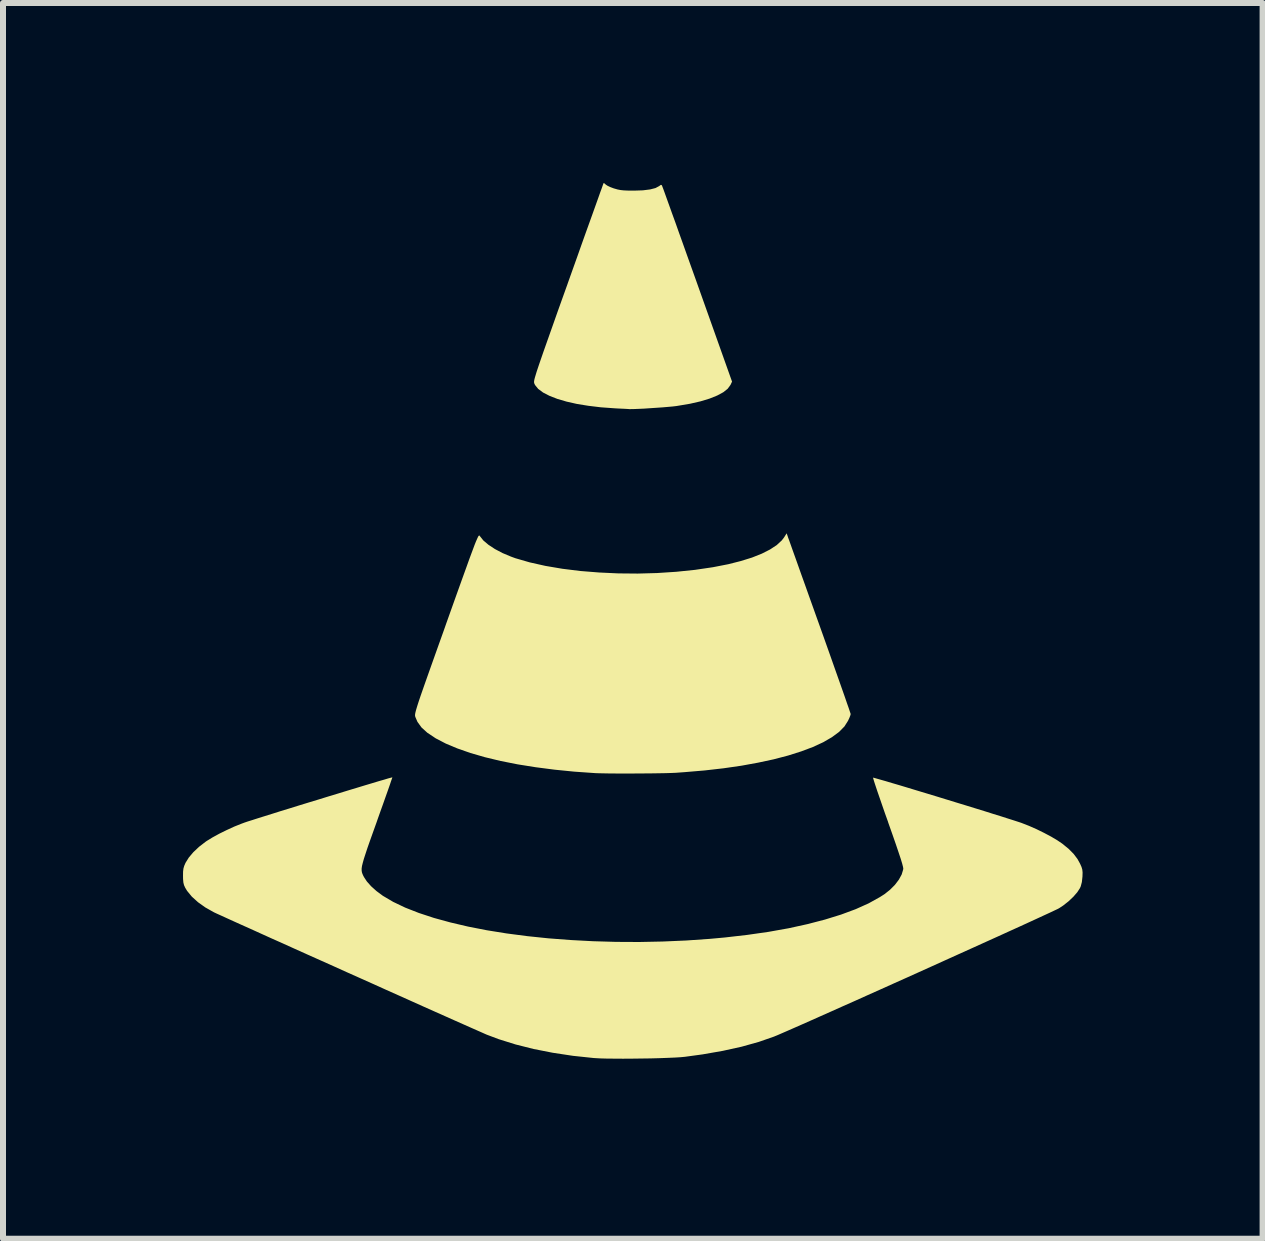
<source format=kicad_pcb>
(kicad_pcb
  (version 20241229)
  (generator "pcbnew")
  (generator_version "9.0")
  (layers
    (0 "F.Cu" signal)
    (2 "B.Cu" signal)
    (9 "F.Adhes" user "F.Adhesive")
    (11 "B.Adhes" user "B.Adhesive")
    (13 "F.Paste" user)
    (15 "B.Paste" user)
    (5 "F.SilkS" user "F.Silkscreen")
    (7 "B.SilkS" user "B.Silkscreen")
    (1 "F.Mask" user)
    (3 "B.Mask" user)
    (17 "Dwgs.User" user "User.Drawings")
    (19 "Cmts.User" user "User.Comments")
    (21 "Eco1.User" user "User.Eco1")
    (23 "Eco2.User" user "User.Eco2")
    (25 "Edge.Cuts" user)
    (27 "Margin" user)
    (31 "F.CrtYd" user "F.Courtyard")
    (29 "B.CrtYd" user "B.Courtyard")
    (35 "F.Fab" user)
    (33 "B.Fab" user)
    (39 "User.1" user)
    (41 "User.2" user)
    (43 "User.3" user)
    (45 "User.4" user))
  (footprint "cone"
    (layer "F.Cu")
    (at 7.492 7.298)
    (property "Reference" "cone" (at 0 0 0) (layer "F.SilkS") (effects (font (size 1.524 1.524) (thickness 0.3))))
    (attr board_only exclude_from_pos_files exclude_from_bom)
    (fp_poly (pts (xy -0.47 -7.293) (xy -0.447 -7.272) (xy -0.417 -7.252) (xy -0.368 -7.229) (xy -0.309 -7.207) (xy -0.304 -7.206) (xy -0.252 -7.191) (xy -0.202 -7.181) (xy -0.147 -7.175) (xy -0.078 -7.172) (xy 0.013 -7.171) (xy 0.023 -7.171) (xy 0.172 -7.176) (xy 0.292 -7.191) (xy 0.382 -7.214) (xy 0.444 -7.247) (xy 0.45 -7.252) (xy 0.473 -7.268) (xy 0.488 -7.26) (xy 0.49 -7.257) (xy 0.496 -7.24) (xy 0.513 -7.196) (xy 0.538 -7.127) (xy 0.571 -7.035) (xy 0.612 -6.921) (xy 0.66 -6.787) (xy 0.715 -6.636) (xy 0.774 -6.469) (xy 0.839 -6.288) (xy 0.908 -6.094) (xy 0.981 -5.89) (xy 1.057 -5.678) (xy 1.08 -5.613) (xy 1.658 -3.988) (xy 1.632 -3.933) (xy 1.586 -3.87) (xy 1.512 -3.811) (xy 1.41 -3.756) (xy 1.283 -3.705) (xy 1.131 -3.659) (xy 0.956 -3.619) (xy 0.76 -3.586) (xy 0.729 -3.581) (xy 0.671 -3.574) (xy 0.592 -3.567) (xy 0.499 -3.559) (xy 0.397 -3.552) (xy 0.292 -3.545) (xy 0.191 -3.538) (xy 0.099 -3.534) (xy 0.023 -3.531) (xy -0.033 -3.53) (xy -0.054 -3.53) (xy -0.08 -3.532) (xy -0.13 -3.535) (xy -0.198 -3.538) (xy -0.277 -3.542) (xy -0.307 -3.544) (xy -0.528 -3.56) (xy -0.736 -3.585) (xy -0.927 -3.616) (xy -1.1 -3.655) (xy -1.253 -3.7) (xy -1.384 -3.751) (xy -1.491 -3.806) (xy -1.572 -3.866) (xy -1.625 -3.931) (xy -1.636 -3.954) (xy -1.639 -3.962) (xy -1.641 -3.972) (xy -1.642 -3.984) (xy -1.64 -4.001) (xy -1.636 -4.024) (xy -1.628 -4.055) (xy -1.616 -4.095) (xy -1.601 -4.145) (xy -1.58 -4.209) (xy -1.554 -4.286) (xy -1.522 -4.379) (xy -1.484 -4.489) (xy -1.438 -4.619) (xy -1.385 -4.769) (xy -1.324 -4.941) (xy -1.255 -5.137) (xy -1.176 -5.358) (xy -1.087 -5.606) (xy -1.072 -5.649) (xy -0.995 -5.865) (xy -0.921 -6.072) (xy -0.851 -6.27) (xy -0.785 -6.455) (xy -0.723 -6.627) (xy -0.667 -6.783) (xy -0.617 -6.923) (xy -0.574 -7.043) (xy -0.539 -7.142) (xy -0.511 -7.218) (xy -0.493 -7.27) (xy -0.483 -7.296) (xy -0.482 -7.298)) (stroke (width 0) (type solid)) (fill yes) (layer "F.SilkS"))
    (fp_poly (pts (xy 2.586 -1.409) (xy 2.593 -1.387) (xy 2.611 -1.339) (xy 2.637 -1.266) (xy 2.671 -1.17) (xy 2.713 -1.053) (xy 2.761 -0.918) (xy 2.815 -0.766) (xy 2.875 -0.599) (xy 2.939 -0.419) (xy 3.007 -0.229) (xy 3.078 -0.03) (xy 3.12 0.087) (xy 3.192 0.289) (xy 3.261 0.483) (xy 3.326 0.667) (xy 3.387 0.84) (xy 3.443 0.998) (xy 3.493 1.14) (xy 3.537 1.265) (xy 3.573 1.37) (xy 3.602 1.452) (xy 3.622 1.512) (xy 3.633 1.545) (xy 3.635 1.552) (xy 3.629 1.576) (xy 3.613 1.617) (xy 3.591 1.664) (xy 3.531 1.759) (xy 3.44 1.851) (xy 3.322 1.938) (xy 3.177 2.022) (xy 3.006 2.101) (xy 2.812 2.174) (xy 2.594 2.243) (xy 2.354 2.306) (xy 2.093 2.362) (xy 1.814 2.413) (xy 1.516 2.456) (xy 1.201 2.492) (xy 0.87 2.52) (xy 0.721 2.531) (xy 0.648 2.534) (xy 0.55 2.537) (xy 0.433 2.539) (xy 0.301 2.541) (xy 0.16 2.542) (xy 0.014 2.543) (xy -0.13 2.543) (xy -0.267 2.543) (xy -0.393 2.542) (xy -0.502 2.54) (xy -0.589 2.538) (xy -0.629 2.536) (xy -0.971 2.512) (xy -1.301 2.479) (xy -1.617 2.438) (xy -1.917 2.39) (xy -2.199 2.334) (xy -2.461 2.271) (xy -2.702 2.201) (xy -2.92 2.125) (xy -3.113 2.044) (xy -3.28 1.957) (xy -3.417 1.866) (xy -3.421 1.863) (xy -3.517 1.776) (xy -3.585 1.682) (xy -3.62 1.601) (xy -3.623 1.59) (xy -3.625 1.579) (xy -3.625 1.565) (xy -3.623 1.547) (xy -3.618 1.523) (xy -3.61 1.491) (xy -3.598 1.45) (xy -3.582 1.398) (xy -3.561 1.333) (xy -3.534 1.253) (xy -3.501 1.158) (xy -3.461 1.044) (xy -3.414 0.911) (xy -3.359 0.756) (xy -3.296 0.579) (xy -3.224 0.377) (xy -3.142 0.148) (xy -3.105 0.042) (xy -3.019 -0.199) (xy -2.943 -0.412) (xy -2.876 -0.599) (xy -2.817 -0.763) (xy -2.766 -0.904) (xy -2.723 -1.024) (xy -2.686 -1.124) (xy -2.655 -1.207) (xy -2.63 -1.274) (xy -2.609 -1.326) (xy -2.592 -1.365) (xy -2.579 -1.393) (xy -2.57 -1.411) (xy -2.562 -1.42) (xy -2.556 -1.424) (xy -2.551 -1.422) (xy -2.547 -1.417) (xy -2.545 -1.414) (xy -2.487 -1.341) (xy -2.402 -1.269) (xy -2.294 -1.198) (xy -2.167 -1.131) (xy -2.024 -1.071) (xy -1.953 -1.045) (xy -1.715 -0.976) (xy -1.452 -0.917) (xy -1.169 -0.869) (xy -0.87 -0.832) (xy -0.558 -0.807) (xy -0.238 -0.792) (xy 0.086 -0.789) (xy 0.41 -0.798) (xy 0.729 -0.819) (xy 1.04 -0.851) (xy 1.339 -0.895) (xy 1.595 -0.945) (xy 1.804 -0.998) (xy 1.991 -1.056) (xy 2.154 -1.121) (xy 2.292 -1.191) (xy 2.404 -1.265) (xy 2.487 -1.342) (xy 2.524 -1.39) (xy 2.568 -1.46)) (stroke (width 0) (type solid)) (fill yes) (layer "F.SilkS"))
    (fp_poly (pts (xy -4.003 2.607) (xy -4.008 2.623) (xy -4.023 2.665) (xy -4.045 2.731) (xy -4.075 2.817) (xy -4.112 2.921) (xy -4.154 3.04) (xy -4.201 3.171) (xy -4.251 3.312) (xy -4.265 3.353) (xy -4.326 3.523) (xy -4.377 3.666) (xy -4.419 3.786) (xy -4.452 3.886) (xy -4.478 3.966) (xy -4.496 4.031) (xy -4.509 4.083) (xy -4.515 4.125) (xy -4.515 4.158) (xy -4.511 4.187) (xy -4.503 4.212) (xy -4.492 4.238) (xy -4.477 4.267) (xy -4.477 4.268) (xy -4.428 4.342) (xy -4.357 4.422) (xy -4.268 4.502) (xy -4.168 4.576) (xy -4.163 4.58) (xy -3.99 4.682) (xy -3.789 4.778) (xy -3.562 4.867) (xy -3.31 4.95) (xy -3.036 5.025) (xy -2.742 5.094) (xy -2.43 5.155) (xy -2.101 5.208) (xy -1.757 5.253) (xy -1.401 5.29) (xy -1.034 5.318) (xy -0.658 5.338) (xy -0.276 5.349) (xy 0.111 5.351) (xy 0.501 5.343) (xy 0.893 5.326) (xy 1.283 5.299) (xy 1.535 5.276) (xy 1.909 5.233) (xy 2.265 5.182) (xy 2.601 5.122) (xy 2.915 5.053) (xy 3.207 4.977) (xy 3.475 4.894) (xy 3.718 4.804) (xy 3.934 4.707) (xy 4.121 4.603) (xy 4.198 4.554) (xy 4.29 4.481) (xy 4.372 4.399) (xy 4.438 4.312) (xy 4.485 4.226) (xy 4.509 4.146) (xy 4.512 4.126) (xy 4.507 4.098) (xy 4.493 4.043) (xy 4.468 3.961) (xy 4.432 3.853) (xy 4.386 3.717) (xy 4.329 3.553) (xy 4.261 3.361) (xy 4.257 3.347) (xy 4.206 3.205) (xy 4.16 3.072) (xy 4.118 2.95) (xy 4.081 2.843) (xy 4.051 2.753) (xy 4.028 2.683) (xy 4.014 2.636) (xy 4.008 2.614) (xy 4.008 2.612) (xy 4.024 2.615) (xy 4.066 2.627) (xy 4.133 2.646) (xy 4.221 2.671) (xy 4.328 2.703) (xy 4.451 2.739) (xy 4.587 2.78) (xy 4.735 2.825) (xy 4.891 2.872) (xy 5.053 2.921) (xy 5.219 2.972) (xy 5.385 3.023) (xy 5.549 3.073) (xy 5.708 3.122) (xy 5.861 3.169) (xy 6.003 3.214) (xy 6.133 3.254) (xy 6.248 3.291) (xy 6.346 3.322) (xy 6.423 3.347) (xy 6.478 3.365) (xy 6.488 3.369) (xy 6.606 3.415) (xy 6.731 3.47) (xy 6.857 3.532) (xy 6.976 3.595) (xy 7.08 3.657) (xy 7.16 3.711) (xy 7.268 3.799) (xy 7.351 3.883) (xy 7.415 3.968) (xy 7.458 4.046) (xy 7.482 4.1) (xy 7.495 4.144) (xy 7.5 4.192) (xy 7.498 4.256) (xy 7.498 4.261) (xy 7.488 4.352) (xy 7.469 4.424) (xy 7.456 4.453) (xy 7.412 4.521) (xy 7.347 4.596) (xy 7.267 4.672) (xy 7.177 4.743) (xy 7.107 4.789) (xy 7.082 4.802) (xy 7.031 4.826) (xy 6.955 4.862) (xy 6.857 4.907) (xy 6.738 4.962) (xy 6.601 5.025) (xy 6.446 5.096) (xy 6.276 5.173) (xy 6.092 5.257) (xy 5.897 5.345) (xy 5.692 5.438) (xy 5.479 5.534) (xy 5.26 5.633) (xy 5.037 5.734) (xy 4.811 5.836) (xy 4.585 5.938) (xy 4.359 6.039) (xy 4.137 6.139) (xy 3.92 6.236) (xy 3.709 6.331) (xy 3.506 6.421) (xy 3.314 6.507) (xy 3.134 6.587) (xy 2.968 6.661) (xy 2.817 6.728) (xy 2.685 6.786) (xy 2.571 6.836) (xy 2.479 6.876) (xy 2.41 6.906) (xy 2.365 6.924) (xy 2.362 6.926) (xy 2.103 7.016) (xy 1.817 7.096) (xy 1.504 7.165) (xy 1.167 7.224) (xy 0.874 7.264) (xy 0.801 7.271) (xy 0.702 7.277) (xy 0.582 7.282) (xy 0.446 7.287) (xy 0.299 7.291) (xy 0.146 7.293) (xy -0.008 7.295) (xy -0.159 7.296) (xy -0.3 7.295) (xy -0.428 7.294) (xy -0.538 7.291) (xy -0.624 7.286) (xy -0.644 7.285) (xy -0.993 7.248) (xy -1.33 7.197) (xy -1.65 7.134) (xy -1.951 7.058) (xy -2.229 6.971) (xy -2.431 6.895) (xy -2.463 6.881) (xy -2.521 6.855) (xy -2.603 6.819) (xy -2.707 6.773) (xy -2.831 6.718) (xy -2.973 6.655) (xy -3.132 6.584) (xy -3.305 6.507) (xy -3.491 6.424) (xy -3.687 6.336) (xy -3.892 6.244) (xy -4.105 6.149) (xy -4.322 6.051) (xy -4.543 5.952) (xy -4.765 5.853) (xy -4.986 5.753) (xy -5.205 5.655) (xy -5.42 5.559) (xy -5.629 5.465) (xy -5.83 5.374) (xy -6.021 5.289) (xy -6.2 5.208) (xy -6.365 5.133) (xy -6.515 5.066) (xy -6.648 5.006) (xy -6.762 4.954) (xy -6.854 4.912) (xy -6.923 4.881) (xy -6.968 4.86) (xy -6.982 4.853) (xy -7.12 4.775) (xy -7.242 4.688) (xy -7.345 4.595) (xy -7.424 4.499) (xy -7.456 4.446) (xy -7.475 4.404) (xy -7.486 4.36) (xy -7.491 4.303) (xy -7.492 4.249) (xy -7.491 4.178) (xy -7.485 4.127) (xy -7.472 4.082) (xy -7.45 4.031) (xy -7.448 4.028) (xy -7.395 3.943) (xy -7.318 3.852) (xy -7.223 3.763) (xy -7.114 3.679) (xy -7.095 3.666) (xy -7.002 3.609) (xy -6.889 3.547) (xy -6.765 3.486) (xy -6.639 3.428) (xy -6.519 3.38) (xy -6.465 3.36) (xy -6.415 3.343) (xy -6.341 3.32) (xy -6.248 3.29) (xy -6.136 3.255) (xy -6.008 3.215) (xy -5.869 3.171) (xy -5.718 3.125) (xy -5.561 3.076) (xy -5.398 3.026) (xy -5.233 2.976) (xy -5.068 2.925) (xy -4.906 2.876) (xy -4.75 2.828) (xy -4.601 2.783) (xy -4.463 2.741) (xy -4.339 2.704) (xy -4.23 2.671) (xy -4.139 2.645) (xy -4.07 2.624) (xy -4.024 2.612) (xy -4.004 2.607)) (stroke (width 0) (type solid)) (fill yes) (layer "F.SilkS")))
  (gr_rect
    (start -3 -3)
    (end 17.992 17.594)
    (stroke (width 0.1) (type default))
    (fill no)
    (layer "Edge.Cuts")))
</source>
